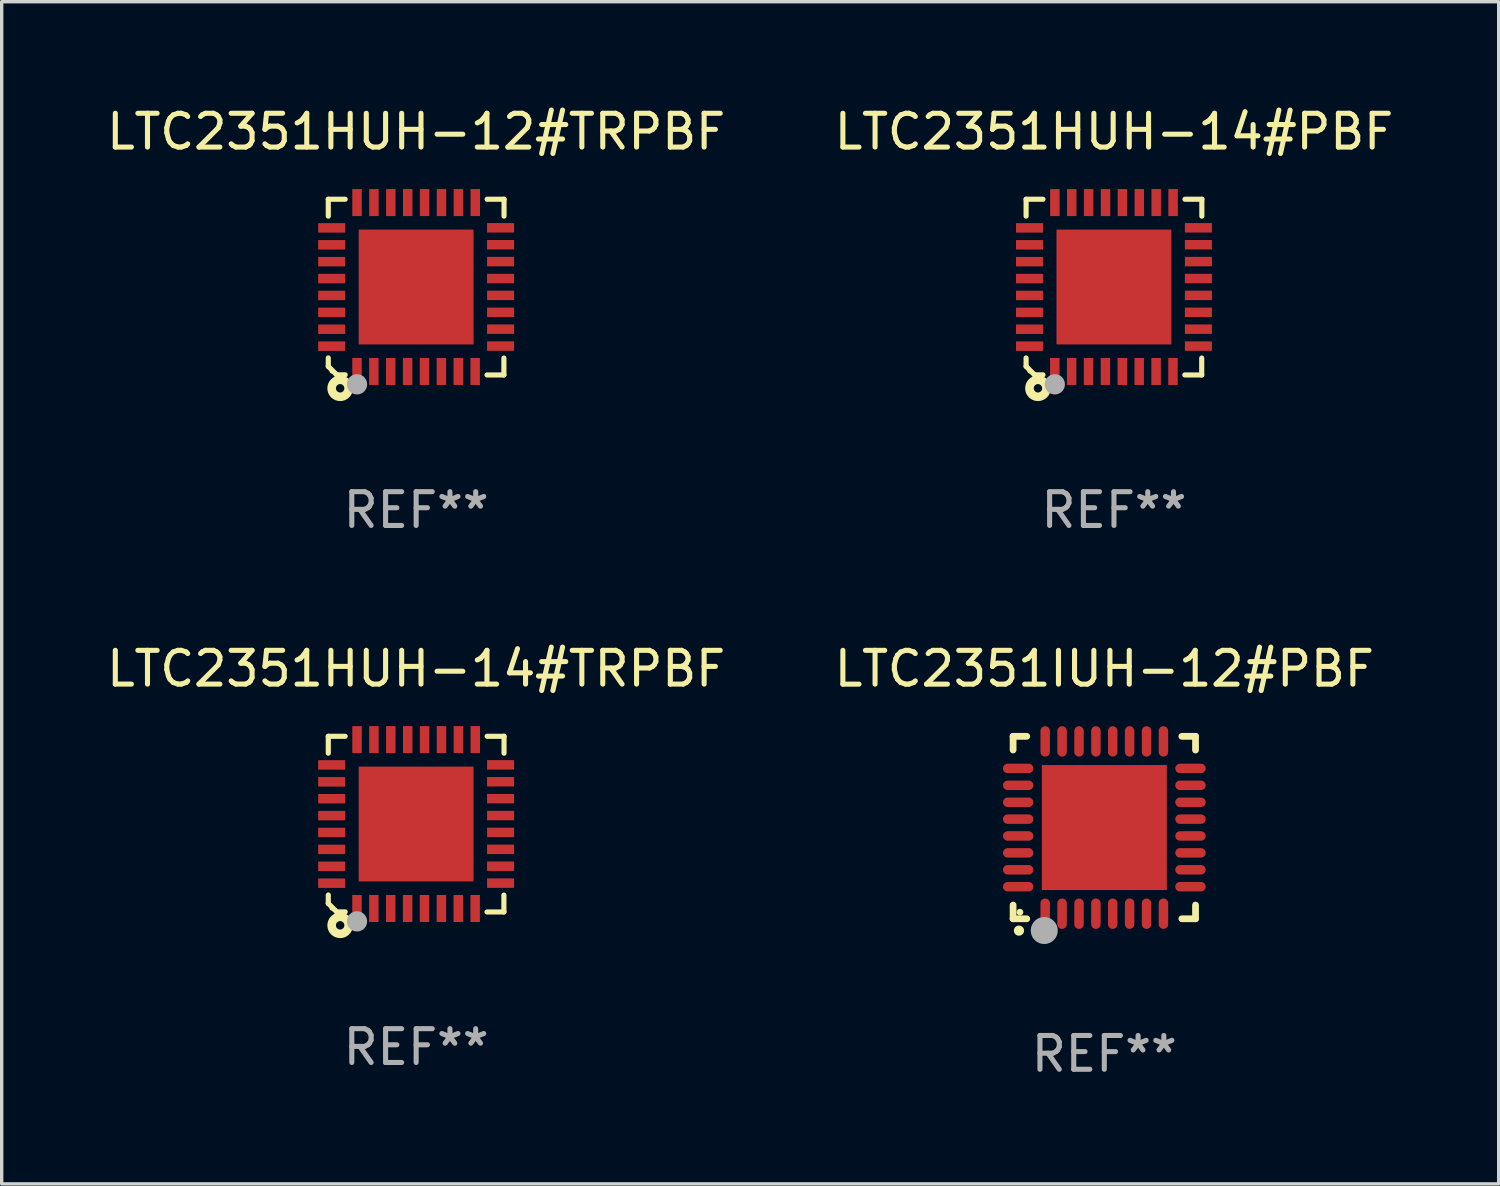
<source format=kicad_pcb>
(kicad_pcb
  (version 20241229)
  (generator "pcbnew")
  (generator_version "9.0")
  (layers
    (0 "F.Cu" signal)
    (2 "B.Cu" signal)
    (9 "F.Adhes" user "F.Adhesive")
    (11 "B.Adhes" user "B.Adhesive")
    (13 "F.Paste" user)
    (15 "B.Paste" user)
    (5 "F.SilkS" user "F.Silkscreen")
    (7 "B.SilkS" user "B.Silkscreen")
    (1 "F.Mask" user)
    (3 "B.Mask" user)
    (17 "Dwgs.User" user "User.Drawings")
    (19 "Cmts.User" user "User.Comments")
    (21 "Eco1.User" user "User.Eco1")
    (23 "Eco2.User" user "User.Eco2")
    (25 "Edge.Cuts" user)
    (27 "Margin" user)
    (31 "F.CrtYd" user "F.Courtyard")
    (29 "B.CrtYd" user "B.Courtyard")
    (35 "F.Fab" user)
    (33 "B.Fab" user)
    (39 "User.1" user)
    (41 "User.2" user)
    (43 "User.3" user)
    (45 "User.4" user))
  (footprint "LTC2351HUH-12#TRPBF"
    (layer "F.Cu")
    (at 9.268 5.448)
    (property "Reference" "LTC2351HUH-12#TRPBF" (at 0 -4.6 0) (layer "F.SilkS") (effects (font (size 1 1) (thickness 0.15))))
    (attr through_hole)
    (fp_line (start -2.601 2.097) (end -2.601 2.347) (stroke (width 0.152) (type solid)) (layer "F.SilkS"))
    (fp_line (start -2.601 2.347) (end -2.351 2.597) (stroke (width 0.152) (type solid)) (layer "F.SilkS"))
    (fp_line (start -2.601 -2.6) (end -2.601 -2.1) (stroke (width 0.152) (type solid)) (layer "F.SilkS"))
    (fp_line (start -2.601 -2.6) (end -2.101 -2.6) (stroke (width 0.152) (type solid)) (layer "F.SilkS"))
    (fp_line (start -2.351 2.597) (end -2.101 2.597) (stroke (width 0.152) (type solid)) (layer "F.SilkS"))
    (fp_line (start 2.597 2.6) (end 2.097 2.6) (stroke (width 0.152) (type solid)) (layer "F.SilkS"))
    (fp_line (start 2.597 2.6) (end 2.597 2.1) (stroke (width 0.152) (type solid)) (layer "F.SilkS"))
    (fp_line (start 2.601 -2.6) (end 2.101 -2.6) (stroke (width 0.152) (type solid)) (layer "F.SilkS"))
    (fp_line (start 2.601 -2.6) (end 2.601 -2.1) (stroke (width 0.152) (type solid)) (layer "F.SilkS"))
    (fp_circle (center -2.501 2.497) (end -2.471 2.497) (stroke (width 0.06) (type solid)) (fill no) (layer "F.SilkS"))
    (fp_circle (center -2.25 2.995) (end -2.125 2.995) (stroke (width 0.254) (type solid)) (fill no) (layer "F.SilkS"))
    (fp_circle (center -1.751 2.878) (end -1.601 2.878) (stroke (width 0.3) (type solid)) (fill no) (layer "F.Fab"))
    (fp_text user "REF**" (at 0 6.6 0) (layer "F.Fab") (effects (font (size 1 1) (thickness 0.15))))
    (pad "1" smd rect (at -1.751 2.497) (size 0.28 0.8) (layers "F.Cu" "F.Mask" "F.Paste"))
    (pad "2" smd rect (at -1.253 2.497) (size 0.28 0.8) (layers "F.Cu" "F.Mask" "F.Paste"))
    (pad "3" smd rect (at -0.753 2.497) (size 0.28 0.8) (layers "F.Cu" "F.Mask" "F.Paste"))
    (pad "4" smd rect (at -0.253 2.497) (size 0.28 0.8) (layers "F.Cu" "F.Mask" "F.Paste"))
    (pad "5" smd rect (at 0.247 2.497) (size 0.28 0.8) (layers "F.Cu" "F.Mask" "F.Paste"))
    (pad "6" smd rect (at 0.747 2.497) (size 0.28 0.8) (layers "F.Cu" "F.Mask" "F.Paste"))
    (pad "7" smd rect (at 1.247 2.497) (size 0.28 0.8) (layers "F.Cu" "F.Mask" "F.Paste"))
    (pad "8" smd rect (at 1.747 2.497) (size 0.28 0.8) (layers "F.Cu" "F.Mask" "F.Paste"))
    (pad "9" smd rect (at 2.499 1.746) (size 0.8 0.28) (layers "F.Cu" "F.Mask" "F.Paste"))
    (pad "10" smd rect (at 2.499 1.245) (size 0.8 0.28) (layers "F.Cu" "F.Mask" "F.Paste"))
    (pad "11" smd rect (at 2.499 0.746) (size 0.8 0.28) (layers "F.Cu" "F.Mask" "F.Paste"))
    (pad "12" smd rect (at 2.499 0.245) (size 0.8 0.28) (layers "F.Cu" "F.Mask" "F.Paste"))
    (pad "13" smd rect (at 2.499 -0.254) (size 0.8 0.28) (layers "F.Cu" "F.Mask" "F.Paste"))
    (pad "14" smd rect (at 2.499 -0.755) (size 0.8 0.28) (layers "F.Cu" "F.Mask" "F.Paste"))
    (pad "15" smd rect (at 2.499 -1.254) (size 0.8 0.28) (layers "F.Cu" "F.Mask" "F.Paste"))
    (pad "16" smd rect (at 2.499 -1.755) (size 0.8 0.28) (layers "F.Cu" "F.Mask" "F.Paste"))
    (pad "17" smd rect (at 1.75 -2.502) (size 0.28 0.8) (layers "F.Cu" "F.Mask" "F.Paste"))
    (pad "18" smd rect (at 1.25 -2.502) (size 0.28 0.8) (layers "F.Cu" "F.Mask" "F.Paste"))
    (pad "19" smd rect (at 0.75 -2.502) (size 0.28 0.8) (layers "F.Cu" "F.Mask" "F.Paste"))
    (pad "20" smd rect (at 0.25 -2.502) (size 0.28 0.8) (layers "F.Cu" "F.Mask" "F.Paste"))
    (pad "21" smd rect (at -0.25 -2.502) (size 0.28 0.8) (layers "F.Cu" "F.Mask" "F.Paste"))
    (pad "22" smd rect (at -0.75 -2.502) (size 0.28 0.8) (layers "F.Cu" "F.Mask" "F.Paste"))
    (pad "23" smd rect (at -1.25 -2.502) (size 0.28 0.8) (layers "F.Cu" "F.Mask" "F.Paste"))
    (pad "24" smd rect (at -1.75 -2.502) (size 0.28 0.8) (layers "F.Cu" "F.Mask" "F.Paste"))
    (pad "25" smd rect (at -2.501 -1.753) (size 0.8 0.28) (layers "F.Cu" "F.Mask" "F.Paste"))
    (pad "26" smd rect (at -2.501 -1.252) (size 0.8 0.28) (layers "F.Cu" "F.Mask" "F.Paste"))
    (pad "27" smd rect (at -2.501 -0.753) (size 0.8 0.28) (layers "F.Cu" "F.Mask" "F.Paste"))
    (pad "28" smd rect (at -2.501 -0.252) (size 0.8 0.28) (layers "F.Cu" "F.Mask" "F.Paste"))
    (pad "29" smd rect (at -2.501 0.247) (size 0.8 0.28) (layers "F.Cu" "F.Mask" "F.Paste"))
    (pad "30" smd rect (at -2.501 0.748) (size 0.8 0.28) (layers "F.Cu" "F.Mask" "F.Paste"))
    (pad "31" smd rect (at -2.501 1.247) (size 0.8 0.28) (layers "F.Cu" "F.Mask" "F.Paste"))
    (pad "32" smd rect (at -2.501 1.748) (size 0.8 0.28) (layers "F.Cu" "F.Mask" "F.Paste"))
    (pad "33" smd rect (at -0.001 -0.003 180) (size 3.4 3.4) (layers "F.Cu" "F.Mask" "F.Paste")))
  (footprint "LTC2351IUH-12#PBF"
    (layer "F.Cu")
    (at 29.637 21.445)
    (property "Reference" "LTC2351IUH-12#PBF" (at 0 -4.7 0) (layer "F.SilkS") (effects (font (size 1 1) (thickness 0.15))))
    (attr through_hole)
    (fp_line (start -2.7 -2.7) (end -2.295 -2.7) (stroke (width 0.2) (type solid)) (layer "F.SilkS"))
    (fp_line (start -2.7 -2.295) (end -2.7 -2.7) (stroke (width 0.2) (type solid)) (layer "F.SilkS"))
    (fp_line (start -2.7 2.7) (end -2.7 2.295) (stroke (width 0.2) (type solid)) (layer "F.SilkS"))
    (fp_line (start -2.295 2.7) (end -2.7 2.7) (stroke (width 0.2) (type solid)) (layer "F.SilkS"))
    (fp_line (start 2.295 2.7) (end 2.7 2.7) (stroke (width 0.2) (type solid)) (layer "F.SilkS"))
    (fp_line (start 2.7 -2.7) (end 2.295 -2.7) (stroke (width 0.2) (type solid)) (layer "F.SilkS"))
    (fp_line (start 2.7 -2.295) (end 2.7 -2.7) (stroke (width 0.2) (type solid)) (layer "F.SilkS"))
    (fp_line (start 2.7 2.7) (end 2.7 2.295) (stroke (width 0.2) (type solid)) (layer "F.SilkS"))
    (fp_arc (start -2.527889 3.050546) (mid -2.526619 3.050541) (end -2.525349 3.050546) (stroke (width 0.3) (type solid)) (layer "F.SilkS"))
    (fp_circle (center -2.497 2.505) (end -2.447 2.505) (stroke (width 0.1) (type solid)) (fill no) (layer "F.SilkS"))
    (fp_circle (center -1.778 3.048) (end -1.578 3.048) (stroke (width 0.4) (type solid)) (fill no) (layer "F.Fab"))
    (fp_text user "REF**" (at 0 6.7 0) (layer "F.Fab") (effects (font (size 1 1) (thickness 0.15))))
    (pad "1" smd oval (at -1.75 2.55) (size 0.28 0.9) (layers "F.Cu" "F.Mask" "F.Paste"))
    (pad "2" smd oval (at -1.25 2.55) (size 0.28 0.9) (layers "F.Cu" "F.Mask" "F.Paste"))
    (pad "3" smd oval (at -0.749 2.55) (size 0.28 0.9) (layers "F.Cu" "F.Mask" "F.Paste"))
    (pad "4" smd oval (at -0.249 2.55) (size 0.28 0.9) (layers "F.Cu" "F.Mask" "F.Paste"))
    (pad "5" smd oval (at 0.249 2.55) (size 0.28 0.9) (layers "F.Cu" "F.Mask" "F.Paste"))
    (pad "6" smd oval (at 0.749 2.55) (size 0.28 0.9) (layers "F.Cu" "F.Mask" "F.Paste"))
    (pad "7" smd oval (at 1.25 2.55) (size 0.28 0.9) (layers "F.Cu" "F.Mask" "F.Paste"))
    (pad "8" smd oval (at 1.75 2.55) (size 0.28 0.9) (layers "F.Cu" "F.Mask" "F.Paste"))
    (pad "9" smd oval (at 2.55 1.75) (size 0.9 0.28) (layers "F.Cu" "F.Mask" "F.Paste"))
    (pad "10" smd oval (at 2.55 1.25) (size 0.9 0.28) (layers "F.Cu" "F.Mask" "F.Paste"))
    (pad "11" smd oval (at 2.55 0.749) (size 0.9 0.28) (layers "F.Cu" "F.Mask" "F.Paste"))
    (pad "12" smd oval (at 2.55 0.249) (size 0.9 0.28) (layers "F.Cu" "F.Mask" "F.Paste"))
    (pad "13" smd oval (at 2.55 -0.249) (size 0.9 0.28) (layers "F.Cu" "F.Mask" "F.Paste"))
    (pad "14" smd oval (at 2.55 -0.749) (size 0.9 0.28) (layers "F.Cu" "F.Mask" "F.Paste"))
    (pad "15" smd oval (at 2.55 -1.25) (size 0.9 0.28) (layers "F.Cu" "F.Mask" "F.Paste"))
    (pad "16" smd oval (at 2.55 -1.75) (size 0.9 0.28) (layers "F.Cu" "F.Mask" "F.Paste"))
    (pad "17" smd oval (at 1.75 -2.55) (size 0.28 0.9) (layers "F.Cu" "F.Mask" "F.Paste"))
    (pad "18" smd oval (at 1.25 -2.55) (size 0.28 0.9) (layers "F.Cu" "F.Mask" "F.Paste"))
    (pad "19" smd oval (at 0.749 -2.55) (size 0.28 0.9) (layers "F.Cu" "F.Mask" "F.Paste"))
    (pad "20" smd oval (at 0.249 -2.55) (size 0.28 0.9) (layers "F.Cu" "F.Mask" "F.Paste"))
    (pad "21" smd oval (at -0.249 -2.55) (size 0.28 0.9) (layers "F.Cu" "F.Mask" "F.Paste"))
    (pad "22" smd oval (at -0.749 -2.55) (size 0.28 0.9) (layers "F.Cu" "F.Mask" "F.Paste"))
    (pad "23" smd oval (at -1.25 -2.55) (size 0.28 0.9) (layers "F.Cu" "F.Mask" "F.Paste"))
    (pad "24" smd oval (at -1.75 -2.55) (size 0.28 0.9) (layers "F.Cu" "F.Mask" "F.Paste"))
    (pad "25" smd oval (at -2.55 -1.75) (size 0.9 0.28) (layers "F.Cu" "F.Mask" "F.Paste"))
    (pad "26" smd oval (at -2.55 -1.25) (size 0.9 0.28) (layers "F.Cu" "F.Mask" "F.Paste"))
    (pad "27" smd oval (at -2.55 -0.749) (size 0.9 0.28) (layers "F.Cu" "F.Mask" "F.Paste"))
    (pad "28" smd oval (at -2.55 -0.249) (size 0.9 0.28) (layers "F.Cu" "F.Mask" "F.Paste"))
    (pad "29" smd oval (at -2.55 0.249) (size 0.9 0.28) (layers "F.Cu" "F.Mask" "F.Paste"))
    (pad "30" smd oval (at -2.55 0.749) (size 0.9 0.28) (layers "F.Cu" "F.Mask" "F.Paste"))
    (pad "31" smd oval (at -2.55 1.25) (size 0.9 0.28) (layers "F.Cu" "F.Mask" "F.Paste"))
    (pad "32" smd oval (at -2.55 1.75) (size 0.9 0.28) (layers "F.Cu" "F.Mask" "F.Paste"))
    (pad "33" smd rect (at 0.000076 0.000076) (size 3.7 3.7) (layers "F.Cu" "F.Mask" "F.Paste")))
  (footprint "LTC2351HUH-14#PBF"
    (layer "F.Cu")
    (at 29.923 5.448)
    (property "Reference" "LTC2351HUH-14#PBF" (at 0 -4.6 0) (layer "F.SilkS") (effects (font (size 1 1) (thickness 0.15))))
    (attr through_hole)
    (fp_line (start -2.601 2.097) (end -2.601 2.347) (stroke (width 0.152) (type solid)) (layer "F.SilkS"))
    (fp_line (start -2.601 2.347) (end -2.351 2.597) (stroke (width 0.152) (type solid)) (layer "F.SilkS"))
    (fp_line (start -2.601 -2.6) (end -2.601 -2.1) (stroke (width 0.152) (type solid)) (layer "F.SilkS"))
    (fp_line (start -2.601 -2.6) (end -2.101 -2.6) (stroke (width 0.152) (type solid)) (layer "F.SilkS"))
    (fp_line (start -2.351 2.597) (end -2.101 2.597) (stroke (width 0.152) (type solid)) (layer "F.SilkS"))
    (fp_line (start 2.597 2.6) (end 2.097 2.6) (stroke (width 0.152) (type solid)) (layer "F.SilkS"))
    (fp_line (start 2.597 2.6) (end 2.597 2.1) (stroke (width 0.152) (type solid)) (layer "F.SilkS"))
    (fp_line (start 2.601 -2.6) (end 2.101 -2.6) (stroke (width 0.152) (type solid)) (layer "F.SilkS"))
    (fp_line (start 2.601 -2.6) (end 2.601 -2.1) (stroke (width 0.152) (type solid)) (layer "F.SilkS"))
    (fp_circle (center -2.501 2.497) (end -2.471 2.497) (stroke (width 0.06) (type solid)) (fill no) (layer "F.SilkS"))
    (fp_circle (center -2.25 2.995) (end -2.125 2.995) (stroke (width 0.254) (type solid)) (fill no) (layer "F.SilkS"))
    (fp_circle (center -1.751 2.878) (end -1.601 2.878) (stroke (width 0.3) (type solid)) (fill no) (layer "F.Fab"))
    (fp_text user "REF**" (at 0 6.6 0) (layer "F.Fab") (effects (font (size 1 1) (thickness 0.15))))
    (pad "1" smd rect (at -1.751 2.497) (size 0.28 0.8) (layers "F.Cu" "F.Mask" "F.Paste"))
    (pad "2" smd rect (at -1.253 2.497) (size 0.28 0.8) (layers "F.Cu" "F.Mask" "F.Paste"))
    (pad "3" smd rect (at -0.753 2.497) (size 0.28 0.8) (layers "F.Cu" "F.Mask" "F.Paste"))
    (pad "4" smd rect (at -0.253 2.497) (size 0.28 0.8) (layers "F.Cu" "F.Mask" "F.Paste"))
    (pad "5" smd rect (at 0.247 2.497) (size 0.28 0.8) (layers "F.Cu" "F.Mask" "F.Paste"))
    (pad "6" smd rect (at 0.747 2.497) (size 0.28 0.8) (layers "F.Cu" "F.Mask" "F.Paste"))
    (pad "7" smd rect (at 1.247 2.497) (size 0.28 0.8) (layers "F.Cu" "F.Mask" "F.Paste"))
    (pad "8" smd rect (at 1.747 2.497) (size 0.28 0.8) (layers "F.Cu" "F.Mask" "F.Paste"))
    (pad "9" smd rect (at 2.499 1.746) (size 0.8 0.28) (layers "F.Cu" "F.Mask" "F.Paste"))
    (pad "10" smd rect (at 2.499 1.245) (size 0.8 0.28) (layers "F.Cu" "F.Mask" "F.Paste"))
    (pad "11" smd rect (at 2.499 0.746) (size 0.8 0.28) (layers "F.Cu" "F.Mask" "F.Paste"))
    (pad "12" smd rect (at 2.499 0.245) (size 0.8 0.28) (layers "F.Cu" "F.Mask" "F.Paste"))
    (pad "13" smd rect (at 2.499 -0.254) (size 0.8 0.28) (layers "F.Cu" "F.Mask" "F.Paste"))
    (pad "14" smd rect (at 2.499 -0.755) (size 0.8 0.28) (layers "F.Cu" "F.Mask" "F.Paste"))
    (pad "15" smd rect (at 2.499 -1.254) (size 0.8 0.28) (layers "F.Cu" "F.Mask" "F.Paste"))
    (pad "16" smd rect (at 2.499 -1.755) (size 0.8 0.28) (layers "F.Cu" "F.Mask" "F.Paste"))
    (pad "17" smd rect (at 1.75 -2.502) (size 0.28 0.8) (layers "F.Cu" "F.Mask" "F.Paste"))
    (pad "18" smd rect (at 1.25 -2.502) (size 0.28 0.8) (layers "F.Cu" "F.Mask" "F.Paste"))
    (pad "19" smd rect (at 0.75 -2.502) (size 0.28 0.8) (layers "F.Cu" "F.Mask" "F.Paste"))
    (pad "20" smd rect (at 0.25 -2.502) (size 0.28 0.8) (layers "F.Cu" "F.Mask" "F.Paste"))
    (pad "21" smd rect (at -0.25 -2.502) (size 0.28 0.8) (layers "F.Cu" "F.Mask" "F.Paste"))
    (pad "22" smd rect (at -0.75 -2.502) (size 0.28 0.8) (layers "F.Cu" "F.Mask" "F.Paste"))
    (pad "23" smd rect (at -1.25 -2.502) (size 0.28 0.8) (layers "F.Cu" "F.Mask" "F.Paste"))
    (pad "24" smd rect (at -1.75 -2.502) (size 0.28 0.8) (layers "F.Cu" "F.Mask" "F.Paste"))
    (pad "25" smd rect (at -2.501 -1.753) (size 0.8 0.28) (layers "F.Cu" "F.Mask" "F.Paste"))
    (pad "26" smd rect (at -2.501 -1.252) (size 0.8 0.28) (layers "F.Cu" "F.Mask" "F.Paste"))
    (pad "27" smd rect (at -2.501 -0.753) (size 0.8 0.28) (layers "F.Cu" "F.Mask" "F.Paste"))
    (pad "28" smd rect (at -2.501 -0.252) (size 0.8 0.28) (layers "F.Cu" "F.Mask" "F.Paste"))
    (pad "29" smd rect (at -2.501 0.247) (size 0.8 0.28) (layers "F.Cu" "F.Mask" "F.Paste"))
    (pad "30" smd rect (at -2.501 0.748) (size 0.8 0.28) (layers "F.Cu" "F.Mask" "F.Paste"))
    (pad "31" smd rect (at -2.501 1.247) (size 0.8 0.28) (layers "F.Cu" "F.Mask" "F.Paste"))
    (pad "32" smd rect (at -2.501 1.748) (size 0.8 0.28) (layers "F.Cu" "F.Mask" "F.Paste"))
    (pad "33" smd rect (at -0.001 -0.003 180) (size 3.4 3.4) (layers "F.Cu" "F.Mask" "F.Paste")))
  (footprint "LTC2351HUH-14#TRPBF"
    (layer "F.Cu")
    (at 9.268 21.344)
    (property "Reference" "LTC2351HUH-14#TRPBF" (at 0 -4.6 0) (layer "F.SilkS") (effects (font (size 1 1) (thickness 0.15))))
    (attr through_hole)
    (fp_line (start -2.601 2.097) (end -2.601 2.347) (stroke (width 0.152) (type solid)) (layer "F.SilkS"))
    (fp_line (start -2.601 2.347) (end -2.351 2.597) (stroke (width 0.152) (type solid)) (layer "F.SilkS"))
    (fp_line (start -2.601 -2.6) (end -2.601 -2.1) (stroke (width 0.152) (type solid)) (layer "F.SilkS"))
    (fp_line (start -2.601 -2.6) (end -2.101 -2.6) (stroke (width 0.152) (type solid)) (layer "F.SilkS"))
    (fp_line (start -2.351 2.597) (end -2.101 2.597) (stroke (width 0.152) (type solid)) (layer "F.SilkS"))
    (fp_line (start 2.597 2.6) (end 2.097 2.6) (stroke (width 0.152) (type solid)) (layer "F.SilkS"))
    (fp_line (start 2.597 2.6) (end 2.597 2.1) (stroke (width 0.152) (type solid)) (layer "F.SilkS"))
    (fp_line (start 2.601 -2.6) (end 2.101 -2.6) (stroke (width 0.152) (type solid)) (layer "F.SilkS"))
    (fp_line (start 2.601 -2.6) (end 2.601 -2.1) (stroke (width 0.152) (type solid)) (layer "F.SilkS"))
    (fp_circle (center -2.501 2.497) (end -2.471 2.497) (stroke (width 0.06) (type solid)) (fill no) (layer "F.SilkS"))
    (fp_circle (center -2.25 2.995) (end -2.125 2.995) (stroke (width 0.254) (type solid)) (fill no) (layer "F.SilkS"))
    (fp_circle (center -1.751 2.878) (end -1.601 2.878) (stroke (width 0.3) (type solid)) (fill no) (layer "F.Fab"))
    (fp_text user "REF**" (at 0 6.6 0) (layer "F.Fab") (effects (font (size 1 1) (thickness 0.15))))
    (pad "1" smd rect (at -1.751 2.497) (size 0.28 0.8) (layers "F.Cu" "F.Mask" "F.Paste"))
    (pad "2" smd rect (at -1.253 2.497) (size 0.28 0.8) (layers "F.Cu" "F.Mask" "F.Paste"))
    (pad "3" smd rect (at -0.753 2.497) (size 0.28 0.8) (layers "F.Cu" "F.Mask" "F.Paste"))
    (pad "4" smd rect (at -0.253 2.497) (size 0.28 0.8) (layers "F.Cu" "F.Mask" "F.Paste"))
    (pad "5" smd rect (at 0.247 2.497) (size 0.28 0.8) (layers "F.Cu" "F.Mask" "F.Paste"))
    (pad "6" smd rect (at 0.747 2.497) (size 0.28 0.8) (layers "F.Cu" "F.Mask" "F.Paste"))
    (pad "7" smd rect (at 1.247 2.497) (size 0.28 0.8) (layers "F.Cu" "F.Mask" "F.Paste"))
    (pad "8" smd rect (at 1.747 2.497) (size 0.28 0.8) (layers "F.Cu" "F.Mask" "F.Paste"))
    (pad "9" smd rect (at 2.499 1.746) (size 0.8 0.28) (layers "F.Cu" "F.Mask" "F.Paste"))
    (pad "10" smd rect (at 2.499 1.245) (size 0.8 0.28) (layers "F.Cu" "F.Mask" "F.Paste"))
    (pad "11" smd rect (at 2.499 0.746) (size 0.8 0.28) (layers "F.Cu" "F.Mask" "F.Paste"))
    (pad "12" smd rect (at 2.499 0.245) (size 0.8 0.28) (layers "F.Cu" "F.Mask" "F.Paste"))
    (pad "13" smd rect (at 2.499 -0.254) (size 0.8 0.28) (layers "F.Cu" "F.Mask" "F.Paste"))
    (pad "14" smd rect (at 2.499 -0.755) (size 0.8 0.28) (layers "F.Cu" "F.Mask" "F.Paste"))
    (pad "15" smd rect (at 2.499 -1.254) (size 0.8 0.28) (layers "F.Cu" "F.Mask" "F.Paste"))
    (pad "16" smd rect (at 2.499 -1.755) (size 0.8 0.28) (layers "F.Cu" "F.Mask" "F.Paste"))
    (pad "17" smd rect (at 1.75 -2.502) (size 0.28 0.8) (layers "F.Cu" "F.Mask" "F.Paste"))
    (pad "18" smd rect (at 1.25 -2.502) (size 0.28 0.8) (layers "F.Cu" "F.Mask" "F.Paste"))
    (pad "19" smd rect (at 0.75 -2.502) (size 0.28 0.8) (layers "F.Cu" "F.Mask" "F.Paste"))
    (pad "20" smd rect (at 0.25 -2.502) (size 0.28 0.8) (layers "F.Cu" "F.Mask" "F.Paste"))
    (pad "21" smd rect (at -0.25 -2.502) (size 0.28 0.8) (layers "F.Cu" "F.Mask" "F.Paste"))
    (pad "22" smd rect (at -0.75 -2.502) (size 0.28 0.8) (layers "F.Cu" "F.Mask" "F.Paste"))
    (pad "23" smd rect (at -1.25 -2.502) (size 0.28 0.8) (layers "F.Cu" "F.Mask" "F.Paste"))
    (pad "24" smd rect (at -1.75 -2.502) (size 0.28 0.8) (layers "F.Cu" "F.Mask" "F.Paste"))
    (pad "25" smd rect (at -2.501 -1.753) (size 0.8 0.28) (layers "F.Cu" "F.Mask" "F.Paste"))
    (pad "26" smd rect (at -2.501 -1.252) (size 0.8 0.28) (layers "F.Cu" "F.Mask" "F.Paste"))
    (pad "27" smd rect (at -2.501 -0.753) (size 0.8 0.28) (layers "F.Cu" "F.Mask" "F.Paste"))
    (pad "28" smd rect (at -2.501 -0.252) (size 0.8 0.28) (layers "F.Cu" "F.Mask" "F.Paste"))
    (pad "29" smd rect (at -2.501 0.247) (size 0.8 0.28) (layers "F.Cu" "F.Mask" "F.Paste"))
    (pad "30" smd rect (at -2.501 0.748) (size 0.8 0.28) (layers "F.Cu" "F.Mask" "F.Paste"))
    (pad "31" smd rect (at -2.501 1.247) (size 0.8 0.28) (layers "F.Cu" "F.Mask" "F.Paste"))
    (pad "32" smd rect (at -2.501 1.748) (size 0.8 0.28) (layers "F.Cu" "F.Mask" "F.Paste"))
    (pad "33" smd rect (at -0.001 -0.003 180) (size 3.4 3.4) (layers "F.Cu" "F.Mask" "F.Paste")))
  (gr_rect
    (start -3 -3)
    (end 41.31 31.993)
    (stroke (width 0.1) (type default))
    (fill no)
    (layer "Edge.Cuts")))
</source>
